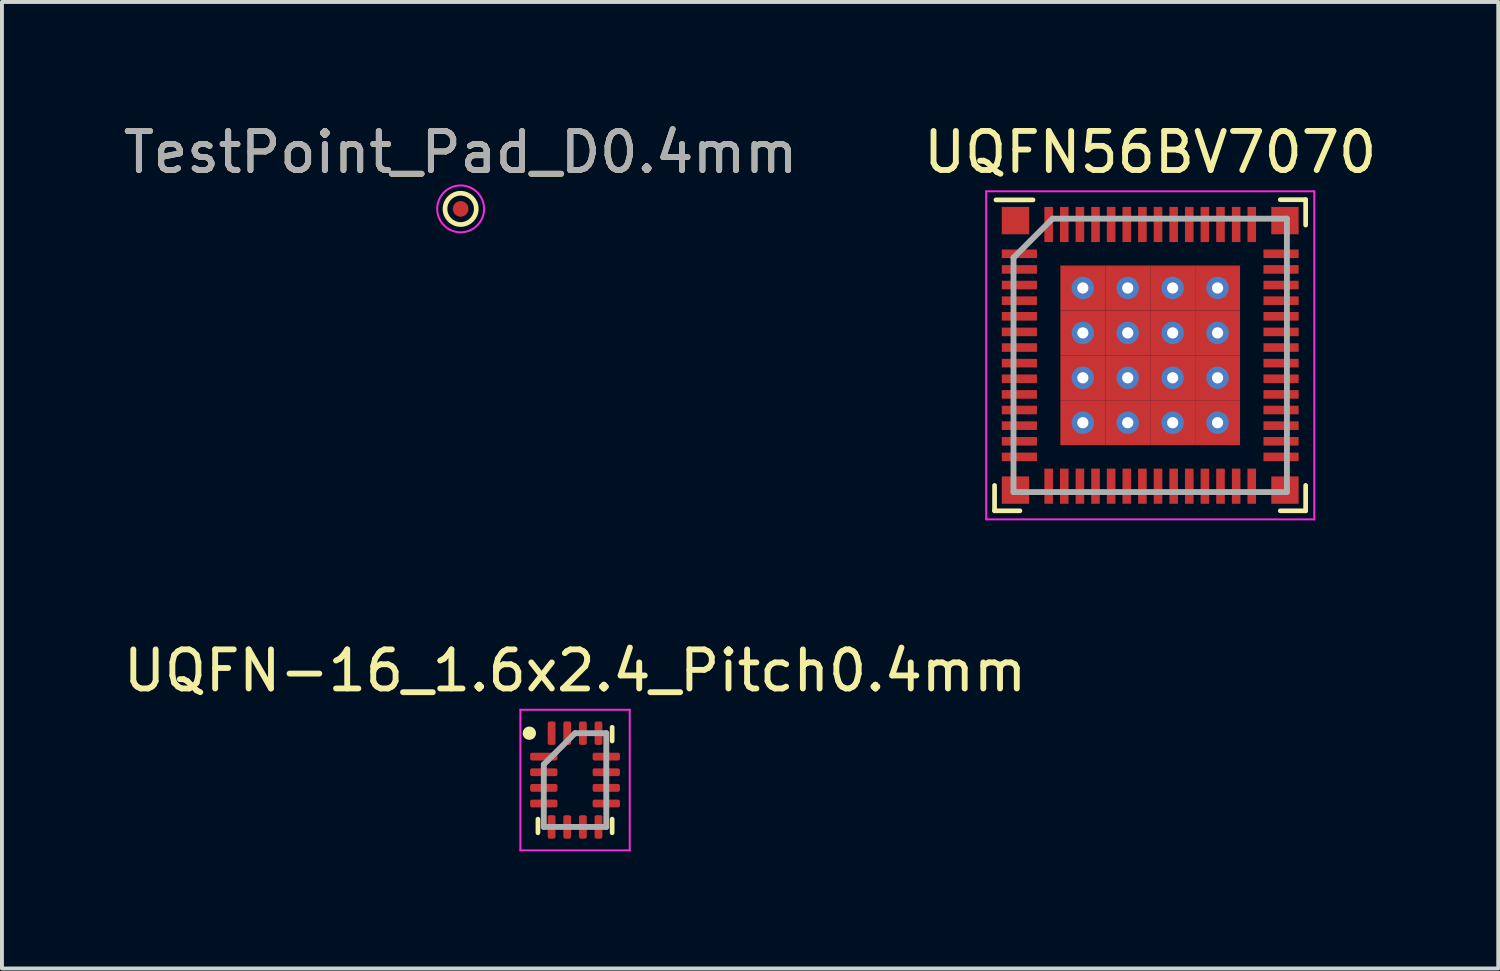
<source format=kicad_pcb>
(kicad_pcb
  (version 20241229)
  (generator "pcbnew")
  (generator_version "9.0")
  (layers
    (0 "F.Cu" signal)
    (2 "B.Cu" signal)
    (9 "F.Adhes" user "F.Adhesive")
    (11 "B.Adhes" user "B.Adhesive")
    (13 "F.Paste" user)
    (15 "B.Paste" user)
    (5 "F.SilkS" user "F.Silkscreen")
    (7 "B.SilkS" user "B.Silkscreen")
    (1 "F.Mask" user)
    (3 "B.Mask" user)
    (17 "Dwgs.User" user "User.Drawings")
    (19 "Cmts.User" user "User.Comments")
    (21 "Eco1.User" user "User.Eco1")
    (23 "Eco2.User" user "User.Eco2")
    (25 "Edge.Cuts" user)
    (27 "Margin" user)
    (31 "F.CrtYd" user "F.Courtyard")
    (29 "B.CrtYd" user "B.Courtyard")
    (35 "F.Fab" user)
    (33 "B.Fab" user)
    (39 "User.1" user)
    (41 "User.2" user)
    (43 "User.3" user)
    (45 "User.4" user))
  (footprint "UQFN-16_1.6x2.4_Pitch0.4mm"
    (layer "F.Cu")
    (at 11.673 16.922)
    (property "Reference" "UQFN-16_1.6x2.4_Pitch0.4mm" (at 0 -2.8 0) (layer "F.SilkS") (effects (font (size 1 1) (thickness 0.15))))
    (attr smd)
    (fp_line (start -0.95 1.35) (end -0.95 1) (stroke (width 0.12) (type solid)) (layer "F.SilkS"))
    (fp_line (start 0.95 -1.35) (end 0.95 -1) (stroke (width 0.12) (type solid)) (layer "F.SilkS"))
    (fp_line (start 0.95 1.35) (end 0.95 1) (stroke (width 0.12) (type solid)) (layer "F.SilkS"))
    (fp_circle (center -1.17 -1.2) (end -1.06 -1.2) (stroke (width 0.12) (type solid)) (fill yes) (layer "F.SilkS"))
    (fp_line (start -1.4 -1.8) (end 1.4 -1.8) (stroke (width 0.05) (type solid)) (layer "F.CrtYd"))
    (fp_line (start -1.4 1.8) (end -1.4 -1.8) (stroke (width 0.05) (type solid)) (layer "F.CrtYd"))
    (fp_line (start 1.4 -1.8) (end 1.4 1.8) (stroke (width 0.05) (type solid)) (layer "F.CrtYd"))
    (fp_line (start 1.4 1.8) (end -1.4 1.8) (stroke (width 0.05) (type solid)) (layer "F.CrtYd"))
    (fp_line (start -0.8 -0.4) (end -0.8 1.2) (stroke (width 0.15) (type solid)) (layer "F.Fab"))
    (fp_line (start -0.8 1.2) (end 0.8 1.2) (stroke (width 0.15) (type solid)) (layer "F.Fab"))
    (fp_line (start 0 -1.2) (end -0.8 -0.4) (stroke (width 0.15) (type solid)) (layer "F.Fab"))
    (fp_line (start 0.8 -1.2) (end 0 -1.2) (stroke (width 0.15) (type solid)) (layer "F.Fab"))
    (fp_line (start 0.8 1.2) (end 0.8 -1.2) (stroke (width 0.15) (type solid)) (layer "F.Fab"))
    (pad "1" smd roundrect (at -0.8 -0.6 90) (size 0.2 0.7) (layers "F.Cu" "F.Mask" "F.Paste") (roundrect_rratio 0.25))
    (pad "2" smd roundrect (at -0.8 -0.2 90) (size 0.2 0.7) (layers "F.Cu" "F.Mask" "F.Paste") (roundrect_rratio 0.25))
    (pad "3" smd roundrect (at -0.8 0.2 90) (size 0.2 0.7) (layers "F.Cu" "F.Mask" "F.Paste") (roundrect_rratio 0.25))
    (pad "4" smd roundrect (at -0.8 0.6 90) (size 0.2 0.7) (layers "F.Cu" "F.Mask" "F.Paste") (roundrect_rratio 0.25))
    (pad "5" smd roundrect (at -0.6 1.2) (size 0.2 0.6) (layers "F.Cu" "F.Mask" "F.Paste") (roundrect_rratio 0.25))
    (pad "6" smd roundrect (at -0.2 1.2) (size 0.2 0.6) (layers "F.Cu" "F.Mask" "F.Paste") (roundrect_rratio 0.25))
    (pad "7" smd roundrect (at 0.2 1.2) (size 0.2 0.6) (layers "F.Cu" "F.Mask" "F.Paste") (roundrect_rratio 0.25))
    (pad "8" smd roundrect (at 0.6 1.2) (size 0.2 0.6) (layers "F.Cu" "F.Mask" "F.Paste") (roundrect_rratio 0.25))
    (pad "9" smd roundrect (at 0.8 0.6 90) (size 0.2 0.7) (layers "F.Cu" "F.Mask" "F.Paste") (roundrect_rratio 0.25))
    (pad "10" smd roundrect (at 0.8 0.2 90) (size 0.2 0.7) (layers "F.Cu" "F.Mask" "F.Paste") (roundrect_rratio 0.25))
    (pad "11" smd roundrect (at 0.8 -0.2 90) (size 0.2 0.7) (layers "F.Cu" "F.Mask" "F.Paste") (roundrect_rratio 0.25))
    (pad "12" smd roundrect (at 0.8 -0.6 90) (size 0.2 0.7) (layers "F.Cu" "F.Mask" "F.Paste") (roundrect_rratio 0.25))
    (pad "13" smd roundrect (at 0.6 -1.2) (size 0.2 0.6) (layers "F.Cu" "F.Mask" "F.Paste") (roundrect_rratio 0.25))
    (pad "14" smd roundrect (at 0.2 -1.2) (size 0.2 0.6) (layers "F.Cu" "F.Mask" "F.Paste") (roundrect_rratio 0.25))
    (pad "15" smd roundrect (at -0.2 -1.2) (size 0.2 0.6) (layers "F.Cu" "F.Mask" "F.Paste") (roundrect_rratio 0.25))
    (pad "16" smd roundrect (at -0.6 -1.2) (size 0.2 0.6) (layers "F.Cu" "F.Mask" "F.Paste") (roundrect_rratio 0.25)))
  (footprint "UQFN56BV7070"
    (layer "F.Cu")
    (at 26.399 6.048)
    (property "Reference" "UQFN56BV7070" (at 0 -5.2 0) (layer "F.SilkS") (effects (font (size 1 1) (thickness 0.15))))
    (attr through_hole)
    (fp_line (start -3.985 3.98) (end -3.985 3.33) (stroke (width 0.12) (type solid)) (layer "F.SilkS"))
    (fp_line (start -3.335 3.98) (end -3.985 3.98) (stroke (width 0.12) (type solid)) (layer "F.SilkS"))
    (fp_line (start -3 -3.98) (end -3.95 -3.98) (stroke (width 0.12) (type solid)) (layer "F.SilkS"))
    (fp_line (start 3.33 -3.985) (end 3.98 -3.985) (stroke (width 0.12) (type solid)) (layer "F.SilkS"))
    (fp_line (start 3.33 3.98) (end 3.98 3.98) (stroke (width 0.12) (type solid)) (layer "F.SilkS"))
    (fp_line (start 3.98 -3.985) (end 3.98 -3.335) (stroke (width 0.12) (type solid)) (layer "F.SilkS"))
    (fp_line (start 3.98 3.98) (end 3.98 3.33) (stroke (width 0.12) (type solid)) (layer "F.SilkS"))
    (fp_line (start -4.2 -4.2) (end 4.2 -4.2) (stroke (width 0.05) (type solid)) (layer "F.CrtYd"))
    (fp_line (start -4.2 4.2) (end -4.2 -4.2) (stroke (width 0.05) (type solid)) (layer "F.CrtYd"))
    (fp_line (start 4.2 -4.2) (end 4.2 4.2) (stroke (width 0.05) (type solid)) (layer "F.CrtYd"))
    (fp_line (start 4.2 4.2) (end -4.2 4.2) (stroke (width 0.05) (type solid)) (layer "F.CrtYd"))
    (fp_line (start -3.5 -2.5) (end -3.5 3.5) (stroke (width 0.15) (type solid)) (layer "F.Fab"))
    (fp_line (start -3.5 3.5) (end 3.5 3.5) (stroke (width 0.15) (type solid)) (layer "F.Fab"))
    (fp_line (start -2.5 -3.5) (end -3.5 -2.5) (stroke (width 0.15) (type solid)) (layer "F.Fab"))
    (fp_line (start 3.5 -3.5) (end -2.5 -3.5) (stroke (width 0.15) (type solid)) (layer "F.Fab"))
    (fp_line (start 3.5 3.5) (end 3.5 -3.5) (stroke (width 0.15) (type solid)) (layer "F.Fab"))
    (pad "1" smd rect (at -3.35 -2.6 90) (size 0.22 0.9) (layers "F.Cu" "F.Mask" "F.Paste"))
    (pad "2" smd rect (at -3.35 -2.2 90) (size 0.22 0.9) (layers "F.Cu" "F.Mask" "F.Paste"))
    (pad "3" smd rect (at -3.35 -1.8 90) (size 0.22 0.9) (layers "F.Cu" "F.Mask" "F.Paste"))
    (pad "4" smd rect (at -3.35 -1.4 90) (size 0.22 0.9) (layers "F.Cu" "F.Mask" "F.Paste"))
    (pad "5" smd rect (at -3.35 -1 90) (size 0.22 0.9) (layers "F.Cu" "F.Mask" "F.Paste"))
    (pad "6" smd rect (at -3.35 -0.6 90) (size 0.22 0.9) (layers "F.Cu" "F.Mask" "F.Paste"))
    (pad "7" smd rect (at -3.35 -0.2 90) (size 0.22 0.9) (layers "F.Cu" "F.Mask" "F.Paste"))
    (pad "8" smd rect (at -3.35 0.2 90) (size 0.22 0.9) (layers "F.Cu" "F.Mask" "F.Paste"))
    (pad "9" smd rect (at -3.35 0.6 90) (size 0.22 0.9) (layers "F.Cu" "F.Mask" "F.Paste"))
    (pad "10" smd rect (at -3.35 1 90) (size 0.22 0.9) (layers "F.Cu" "F.Mask" "F.Paste"))
    (pad "11" smd rect (at -3.35 1.4 90) (size 0.22 0.9) (layers "F.Cu" "F.Mask" "F.Paste"))
    (pad "12" smd rect (at -3.35 1.8 90) (size 0.22 0.9) (layers "F.Cu" "F.Mask" "F.Paste"))
    (pad "13" smd rect (at -3.35 2.2 90) (size 0.22 0.9) (layers "F.Cu" "F.Mask" "F.Paste"))
    (pad "14" smd rect (at -3.35 2.6 90) (size 0.22 0.9) (layers "F.Cu" "F.Mask" "F.Paste"))
    (pad "15" smd rect (at -2.6 3.35) (size 0.22 0.9) (layers "F.Cu" "F.Mask" "F.Paste"))
    (pad "16" smd rect (at -2.2 3.35) (size 0.22 0.9) (layers "F.Cu" "F.Mask" "F.Paste"))
    (pad "17" smd rect (at -1.8 3.35) (size 0.22 0.9) (layers "F.Cu" "F.Mask" "F.Paste"))
    (pad "18" smd rect (at -1.4 3.35) (size 0.22 0.9) (layers "F.Cu" "F.Mask" "F.Paste"))
    (pad "19" smd rect (at -1 3.35) (size 0.22 0.9) (layers "F.Cu" "F.Mask" "F.Paste"))
    (pad "20" smd rect (at -0.6 3.35) (size 0.22 0.9) (layers "F.Cu" "F.Mask" "F.Paste"))
    (pad "21" smd rect (at -0.2 3.35) (size 0.22 0.9) (layers "F.Cu" "F.Mask" "F.Paste"))
    (pad "22" smd rect (at 0.2 3.35) (size 0.22 0.9) (layers "F.Cu" "F.Mask" "F.Paste"))
    (pad "23" smd rect (at 0.6 3.35) (size 0.22 0.9) (layers "F.Cu" "F.Mask" "F.Paste"))
    (pad "24" smd rect (at 1 3.35) (size 0.22 0.9) (layers "F.Cu" "F.Mask" "F.Paste"))
    (pad "25" smd rect (at 1.4 3.35) (size 0.22 0.9) (layers "F.Cu" "F.Mask" "F.Paste"))
    (pad "26" smd rect (at 1.8 3.35) (size 0.22 0.9) (layers "F.Cu" "F.Mask" "F.Paste"))
    (pad "27" smd rect (at 2.2 3.35) (size 0.22 0.9) (layers "F.Cu" "F.Mask" "F.Paste"))
    (pad "28" smd rect (at 2.6 3.35) (size 0.22 0.9) (layers "F.Cu" "F.Mask" "F.Paste"))
    (pad "29" smd rect (at 3.35 2.6 90) (size 0.22 0.9) (layers "F.Cu" "F.Mask" "F.Paste"))
    (pad "30" smd rect (at 3.35 2.2 90) (size 0.22 0.9) (layers "F.Cu" "F.Mask" "F.Paste"))
    (pad "31" smd rect (at 3.35 1.8 90) (size 0.22 0.9) (layers "F.Cu" "F.Mask" "F.Paste"))
    (pad "32" smd rect (at 3.35 1.4 90) (size 0.22 0.9) (layers "F.Cu" "F.Mask" "F.Paste"))
    (pad "33" smd rect (at 3.35 1 90) (size 0.22 0.9) (layers "F.Cu" "F.Mask" "F.Paste"))
    (pad "34" smd rect (at 3.35 0.6 90) (size 0.22 0.9) (layers "F.Cu" "F.Mask" "F.Paste"))
    (pad "35" smd rect (at 3.35 0.2 90) (size 0.22 0.9) (layers "F.Cu" "F.Mask" "F.Paste"))
    (pad "36" smd rect (at 3.35 -0.2 90) (size 0.22 0.9) (layers "F.Cu" "F.Mask" "F.Paste"))
    (pad "37" smd rect (at 3.35 -0.6 90) (size 0.22 0.9) (layers "F.Cu" "F.Mask" "F.Paste"))
    (pad "38" smd rect (at 3.35 -1 90) (size 0.22 0.9) (layers "F.Cu" "F.Mask" "F.Paste"))
    (pad "39" smd rect (at 3.35 -1.4 90) (size 0.22 0.9) (layers "F.Cu" "F.Mask" "F.Paste"))
    (pad "40" smd rect (at 3.35 -1.8 90) (size 0.22 0.9) (layers "F.Cu" "F.Mask" "F.Paste"))
    (pad "41" smd rect (at 3.35 -2.2 90) (size 0.22 0.9) (layers "F.Cu" "F.Mask" "F.Paste"))
    (pad "42" smd rect (at 3.35 -2.6 90) (size 0.22 0.9) (layers "F.Cu" "F.Mask" "F.Paste"))
    (pad "43" smd rect (at 2.6 -3.35) (size 0.22 0.9) (layers "F.Cu" "F.Mask" "F.Paste"))
    (pad "44" smd rect (at 2.2 -3.35) (size 0.22 0.9) (layers "F.Cu" "F.Mask" "F.Paste"))
    (pad "45" smd rect (at 1.8 -3.35) (size 0.22 0.9) (layers "F.Cu" "F.Mask" "F.Paste"))
    (pad "46" smd rect (at 1.4 -3.35) (size 0.22 0.9) (layers "F.Cu" "F.Mask" "F.Paste"))
    (pad "47" smd rect (at 1 -3.35) (size 0.22 0.9) (layers "F.Cu" "F.Mask" "F.Paste"))
    (pad "48" smd rect (at 0.6 -3.35) (size 0.22 0.9) (layers "F.Cu" "F.Mask" "F.Paste"))
    (pad "49" smd rect (at 0.2 -3.35) (size 0.22 0.9) (layers "F.Cu" "F.Mask" "F.Paste"))
    (pad "50" smd rect (at -0.2 -3.35) (size 0.22 0.9) (layers "F.Cu" "F.Mask" "F.Paste"))
    (pad "51" smd rect (at -0.6 -3.35) (size 0.22 0.9) (layers "F.Cu" "F.Mask" "F.Paste"))
    (pad "52" smd rect (at -1 -3.35) (size 0.22 0.9) (layers "F.Cu" "F.Mask" "F.Paste"))
    (pad "53" smd rect (at -1.4 -3.35) (size 0.22 0.9) (layers "F.Cu" "F.Mask" "F.Paste"))
    (pad "54" smd rect (at -1.8 -3.35) (size 0.22 0.9) (layers "F.Cu" "F.Mask" "F.Paste"))
    (pad "55" smd rect (at -2.2 -3.35) (size 0.22 0.9) (layers "F.Cu" "F.Mask" "F.Paste"))
    (pad "56" smd rect (at -2.6 -3.35) (size 0.22 0.9) (layers "F.Cu" "F.Mask" "F.Paste"))
    (pad "57" thru_hole circle (at -1.725 -1.725) (size 0.575 0.575) (drill 0.287) (layers "*.Cu" "*.Mask"))
    (pad "57" smd rect (at -1.725 -1.725) (size 1.15 1.15) (layers "F.Cu" "F.Mask" "F.Paste"))
    (pad "57" thru_hole circle (at -1.725 -0.575) (size 0.575 0.575) (drill 0.287) (layers "*.Cu" "*.Mask"))
    (pad "57" smd rect (at -1.725 -0.575) (size 1.15 1.15) (layers "F.Cu" "F.Mask" "F.Paste"))
    (pad "57" thru_hole circle (at -1.725 0.575) (size 0.575 0.575) (drill 0.287) (layers "*.Cu" "*.Mask"))
    (pad "57" smd rect (at -1.725 0.575) (size 1.15 1.15) (layers "F.Cu" "F.Mask" "F.Paste"))
    (pad "57" thru_hole circle (at -1.725 1.725) (size 0.575 0.575) (drill 0.287) (layers "*.Cu" "*.Mask"))
    (pad "57" smd rect (at -1.725 1.725) (size 1.15 1.15) (layers "F.Cu" "F.Mask" "F.Paste"))
    (pad "57" thru_hole circle (at -0.575 -1.725) (size 0.575 0.575) (drill 0.287) (layers "*.Cu" "*.Mask"))
    (pad "57" smd rect (at -0.575 -1.725) (size 1.15 1.15) (layers "F.Cu" "F.Mask" "F.Paste"))
    (pad "57" thru_hole circle (at -0.575 -0.575) (size 0.575 0.575) (drill 0.287) (layers "*.Cu" "*.Mask"))
    (pad "57" smd rect (at -0.575 -0.575) (size 1.15 1.15) (layers "F.Cu" "F.Mask" "F.Paste"))
    (pad "57" thru_hole circle (at -0.575 0.575) (size 0.575 0.575) (drill 0.287) (layers "*.Cu" "*.Mask"))
    (pad "57" smd rect (at -0.575 0.575) (size 1.15 1.15) (layers "F.Cu" "F.Mask" "F.Paste"))
    (pad "57" thru_hole circle (at -0.575 1.725) (size 0.575 0.575) (drill 0.287) (layers "*.Cu" "*.Mask"))
    (pad "57" smd rect (at -0.575 1.725) (size 1.15 1.15) (layers "F.Cu" "F.Mask" "F.Paste"))
    (pad "57" thru_hole circle (at 0.575 -1.725) (size 0.575 0.575) (drill 0.287) (layers "*.Cu" "*.Mask"))
    (pad "57" smd rect (at 0.575 -1.725) (size 1.15 1.15) (layers "F.Cu" "F.Mask" "F.Paste"))
    (pad "57" thru_hole circle (at 0.575 -0.575) (size 0.575 0.575) (drill 0.287) (layers "*.Cu" "*.Mask"))
    (pad "57" smd rect (at 0.575 -0.575) (size 1.15 1.15) (layers "F.Cu" "F.Mask" "F.Paste"))
    (pad "57" thru_hole circle (at 0.575 0.575) (size 0.575 0.575) (drill 0.287) (layers "*.Cu" "*.Mask"))
    (pad "57" smd rect (at 0.575 0.575) (size 1.15 1.15) (layers "F.Cu" "F.Mask" "F.Paste"))
    (pad "57" thru_hole circle (at 0.575 1.725) (size 0.575 0.575) (drill 0.287) (layers "*.Cu" "*.Mask"))
    (pad "57" smd rect (at 0.575 1.725) (size 1.15 1.15) (layers "F.Cu" "F.Mask" "F.Paste"))
    (pad "57" thru_hole circle (at 1.725 -1.725) (size 0.575 0.575) (drill 0.287) (layers "*.Cu" "*.Mask"))
    (pad "57" smd rect (at 1.725 -1.725) (size 1.15 1.15) (layers "F.Cu" "F.Mask" "F.Paste"))
    (pad "57" thru_hole circle (at 1.725 -0.575) (size 0.575 0.575) (drill 0.287) (layers "*.Cu" "*.Mask"))
    (pad "57" smd rect (at 1.725 -0.575) (size 1.15 1.15) (layers "F.Cu" "F.Mask" "F.Paste"))
    (pad "57" thru_hole circle (at 1.725 0.575) (size 0.575 0.575) (drill 0.287) (layers "*.Cu" "*.Mask"))
    (pad "57" smd rect (at 1.725 0.575) (size 1.15 1.15) (layers "F.Cu" "F.Mask" "F.Paste"))
    (pad "57" thru_hole circle (at 1.725 1.725) (size 0.575 0.575) (drill 0.287) (layers "*.Cu" "*.Mask"))
    (pad "57" smd rect (at 1.725 1.725) (size 1.15 1.15) (layers "F.Cu" "F.Mask" "F.Paste"))
    (pad "58" smd rect (at -3.45 -3.45) (size 0.7 0.7) (layers "F.Cu" "F.Mask" "F.Paste"))
    (pad "59" smd rect (at -3.45 3.45) (size 0.7 0.7) (layers "F.Cu" "F.Mask" "F.Paste"))
    (pad "60" smd rect (at 3.45 3.45) (size 0.7 0.7) (layers "F.Cu" "F.Mask" "F.Paste"))
    (pad "61" smd rect (at 3.45 -3.45) (size 0.7 0.7) (layers "F.Cu" "F.Mask" "F.Paste")))
  (footprint "TestPoint_Pad_D0.4mm"
    (layer "F.Cu")
    (at 8.744 2.298)
    (property "Reference" "TestPoint_Pad_D0.4mm" (at 0 -1.448 0) (layer "F.SilkS") (effects (font (size 1 1) (thickness 0.15))))
    (attr exclude_from_pos_files exclude_from_bom)
    (fp_circle (center 0 0) (end 0.4 0) (stroke (width 0.12) (type solid)) (fill no) (layer "F.SilkS"))
    (fp_circle (center 0 0) (end 0.6 0) (stroke (width 0.05) (type solid)) (fill no) (layer "F.CrtYd"))
    (fp_text user "${REFERENCE}" (at 0 -1.45 0) (layer "F.Fab") (effects (font (size 1 1) (thickness 0.15))))
    (pad "1" smd circle (at 0 0) (size 0.4 0.4) (layers "F.Cu" "F.Mask")))
  (gr_rect
    (start -3 -3)
    (end 35.31 21.747)
    (stroke (width 0.1) (type default))
    (fill no)
    (layer "Edge.Cuts")))
</source>
